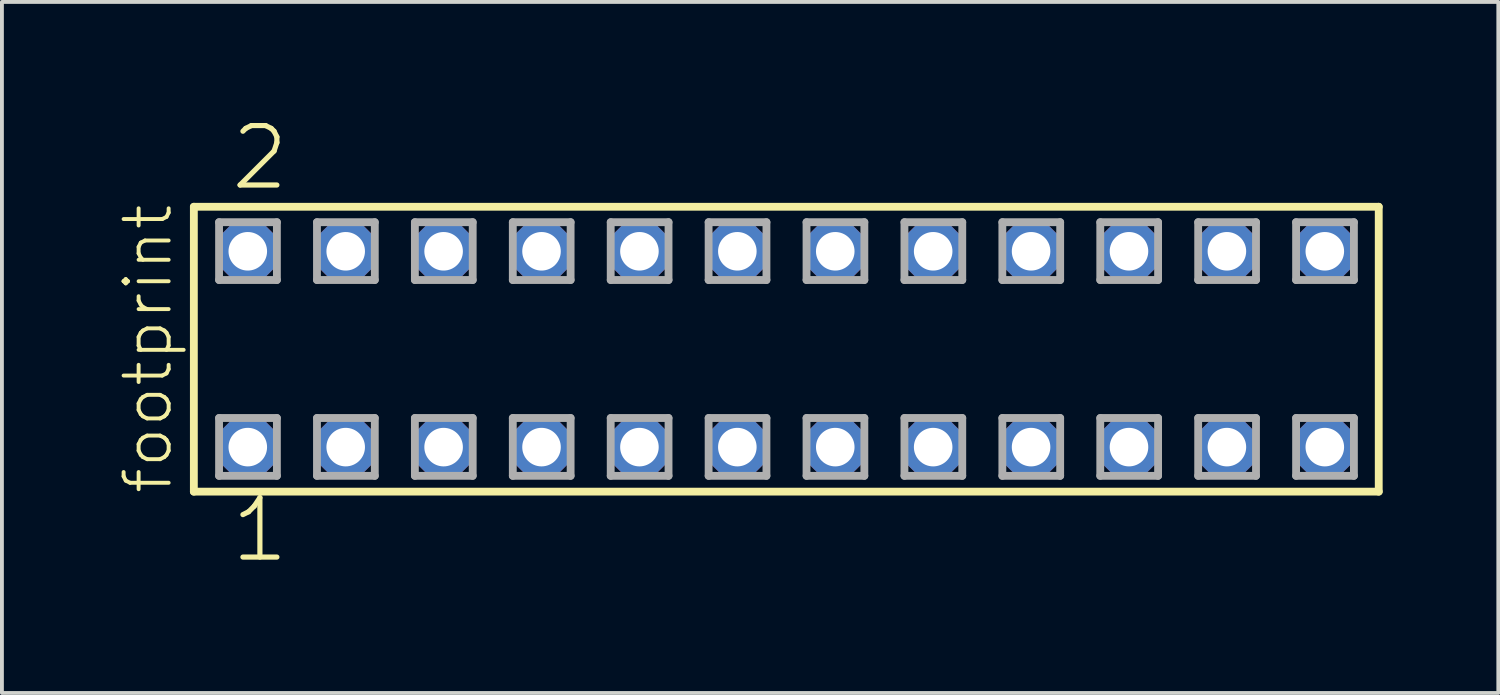
<source format=kicad_pcb>
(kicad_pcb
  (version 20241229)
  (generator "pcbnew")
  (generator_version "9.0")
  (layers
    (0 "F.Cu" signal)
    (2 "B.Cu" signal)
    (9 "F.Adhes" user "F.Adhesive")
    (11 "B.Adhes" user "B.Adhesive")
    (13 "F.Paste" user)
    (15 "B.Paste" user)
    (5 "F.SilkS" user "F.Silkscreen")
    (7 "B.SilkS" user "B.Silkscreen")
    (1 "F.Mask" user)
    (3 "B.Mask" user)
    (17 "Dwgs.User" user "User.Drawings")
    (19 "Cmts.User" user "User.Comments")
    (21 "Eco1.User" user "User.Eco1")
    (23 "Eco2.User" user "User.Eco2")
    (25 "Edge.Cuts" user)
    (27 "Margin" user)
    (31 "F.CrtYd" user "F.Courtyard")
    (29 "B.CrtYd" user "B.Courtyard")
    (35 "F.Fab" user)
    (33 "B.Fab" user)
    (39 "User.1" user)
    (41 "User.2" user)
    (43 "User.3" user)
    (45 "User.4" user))
  (footprint "footprint"
    (layer "F.Cu")
    (at 17.348 6.009)
    (property "Reference" "footprint" (at -15.875 3.81 90) (layer "F.SilkS") (effects (font (size 1.168 1.168) (thickness 0.102)) (justify left bottom)))
    (fp_line (start -15.369 -3.695) (end 15.369 -3.695) (stroke (width 0.203) (type solid)) (layer "F.SilkS"))
    (fp_line (start -15.369 3.695) (end -15.369 -3.695) (stroke (width 0.203) (type solid)) (layer "F.SilkS"))
    (fp_line (start 15.369 -3.695) (end 15.369 3.695) (stroke (width 0.203) (type solid)) (layer "F.SilkS"))
    (fp_line (start 15.369 3.695) (end -15.369 3.695) (stroke (width 0.203) (type solid)) (layer "F.SilkS"))
    (fp_line (start -14.715 -3.295) (end -13.215 -3.295) (stroke (width 0.203) (type solid)) (layer "F.Fab"))
    (fp_line (start -14.715 -1.795) (end -14.715 -3.295) (stroke (width 0.203) (type solid)) (layer "F.Fab"))
    (fp_line (start -14.715 1.785) (end -13.215 1.785) (stroke (width 0.203) (type solid)) (layer "F.Fab"))
    (fp_line (start -14.715 3.285) (end -14.715 1.785) (stroke (width 0.203) (type solid)) (layer "F.Fab"))
    (fp_line (start -13.215 -3.295) (end -13.215 -1.795) (stroke (width 0.203) (type solid)) (layer "F.Fab"))
    (fp_line (start -13.215 -1.795) (end -14.715 -1.795) (stroke (width 0.203) (type solid)) (layer "F.Fab"))
    (fp_line (start -13.215 1.785) (end -13.215 3.285) (stroke (width 0.203) (type solid)) (layer "F.Fab"))
    (fp_line (start -13.215 3.285) (end -14.715 3.285) (stroke (width 0.203) (type solid)) (layer "F.Fab"))
    (fp_line (start -12.175 -3.295) (end -10.675 -3.295) (stroke (width 0.203) (type solid)) (layer "F.Fab"))
    (fp_line (start -12.175 -1.795) (end -12.175 -3.295) (stroke (width 0.203) (type solid)) (layer "F.Fab"))
    (fp_line (start -12.175 1.785) (end -10.675 1.785) (stroke (width 0.203) (type solid)) (layer "F.Fab"))
    (fp_line (start -12.175 3.285) (end -12.175 1.785) (stroke (width 0.203) (type solid)) (layer "F.Fab"))
    (fp_line (start -10.675 -3.295) (end -10.675 -1.795) (stroke (width 0.203) (type solid)) (layer "F.Fab"))
    (fp_line (start -10.675 -1.795) (end -12.175 -1.795) (stroke (width 0.203) (type solid)) (layer "F.Fab"))
    (fp_line (start -10.675 1.785) (end -10.675 3.285) (stroke (width 0.203) (type solid)) (layer "F.Fab"))
    (fp_line (start -10.675 3.285) (end -12.175 3.285) (stroke (width 0.203) (type solid)) (layer "F.Fab"))
    (fp_line (start -9.635 -3.295) (end -8.135 -3.295) (stroke (width 0.203) (type solid)) (layer "F.Fab"))
    (fp_line (start -9.635 -1.795) (end -9.635 -3.295) (stroke (width 0.203) (type solid)) (layer "F.Fab"))
    (fp_line (start -9.635 1.785) (end -8.135 1.785) (stroke (width 0.203) (type solid)) (layer "F.Fab"))
    (fp_line (start -9.635 3.285) (end -9.635 1.785) (stroke (width 0.203) (type solid)) (layer "F.Fab"))
    (fp_line (start -8.135 -3.295) (end -8.135 -1.795) (stroke (width 0.203) (type solid)) (layer "F.Fab"))
    (fp_line (start -8.135 -1.795) (end -9.635 -1.795) (stroke (width 0.203) (type solid)) (layer "F.Fab"))
    (fp_line (start -8.135 1.785) (end -8.135 3.285) (stroke (width 0.203) (type solid)) (layer "F.Fab"))
    (fp_line (start -8.135 3.285) (end -9.635 3.285) (stroke (width 0.203) (type solid)) (layer "F.Fab"))
    (fp_line (start -7.095 -3.295) (end -5.595 -3.295) (stroke (width 0.203) (type solid)) (layer "F.Fab"))
    (fp_line (start -7.095 -1.795) (end -7.095 -3.295) (stroke (width 0.203) (type solid)) (layer "F.Fab"))
    (fp_line (start -7.095 1.785) (end -5.595 1.785) (stroke (width 0.203) (type solid)) (layer "F.Fab"))
    (fp_line (start -7.095 3.285) (end -7.095 1.785) (stroke (width 0.203) (type solid)) (layer "F.Fab"))
    (fp_line (start -5.595 -3.295) (end -5.595 -1.795) (stroke (width 0.203) (type solid)) (layer "F.Fab"))
    (fp_line (start -5.595 -1.795) (end -7.095 -1.795) (stroke (width 0.203) (type solid)) (layer "F.Fab"))
    (fp_line (start -5.595 1.785) (end -5.595 3.285) (stroke (width 0.203) (type solid)) (layer "F.Fab"))
    (fp_line (start -5.595 3.285) (end -7.095 3.285) (stroke (width 0.203) (type solid)) (layer "F.Fab"))
    (fp_line (start -4.555 -3.295) (end -3.055 -3.295) (stroke (width 0.203) (type solid)) (layer "F.Fab"))
    (fp_line (start -4.555 -1.795) (end -4.555 -3.295) (stroke (width 0.203) (type solid)) (layer "F.Fab"))
    (fp_line (start -4.555 1.785) (end -3.055 1.785) (stroke (width 0.203) (type solid)) (layer "F.Fab"))
    (fp_line (start -4.555 3.285) (end -4.555 1.785) (stroke (width 0.203) (type solid)) (layer "F.Fab"))
    (fp_line (start -3.055 -3.295) (end -3.055 -1.795) (stroke (width 0.203) (type solid)) (layer "F.Fab"))
    (fp_line (start -3.055 -1.795) (end -4.555 -1.795) (stroke (width 0.203) (type solid)) (layer "F.Fab"))
    (fp_line (start -3.055 1.785) (end -3.055 3.285) (stroke (width 0.203) (type solid)) (layer "F.Fab"))
    (fp_line (start -3.055 3.285) (end -4.555 3.285) (stroke (width 0.203) (type solid)) (layer "F.Fab"))
    (fp_line (start -2.015 -3.295) (end -0.515 -3.295) (stroke (width 0.203) (type solid)) (layer "F.Fab"))
    (fp_line (start -2.015 -1.795) (end -2.015 -3.295) (stroke (width 0.203) (type solid)) (layer "F.Fab"))
    (fp_line (start -2.015 1.785) (end -0.515 1.785) (stroke (width 0.203) (type solid)) (layer "F.Fab"))
    (fp_line (start -2.015 3.285) (end -2.015 1.785) (stroke (width 0.203) (type solid)) (layer "F.Fab"))
    (fp_line (start -0.515 -3.295) (end -0.515 -1.795) (stroke (width 0.203) (type solid)) (layer "F.Fab"))
    (fp_line (start -0.515 -1.795) (end -2.015 -1.795) (stroke (width 0.203) (type solid)) (layer "F.Fab"))
    (fp_line (start -0.515 1.785) (end -0.515 3.285) (stroke (width 0.203) (type solid)) (layer "F.Fab"))
    (fp_line (start -0.515 3.285) (end -2.015 3.285) (stroke (width 0.203) (type solid)) (layer "F.Fab"))
    (fp_line (start 0.525 -3.295) (end 2.025 -3.295) (stroke (width 0.203) (type solid)) (layer "F.Fab"))
    (fp_line (start 0.525 -1.795) (end 0.525 -3.295) (stroke (width 0.203) (type solid)) (layer "F.Fab"))
    (fp_line (start 0.525 1.785) (end 2.025 1.785) (stroke (width 0.203) (type solid)) (layer "F.Fab"))
    (fp_line (start 0.525 3.285) (end 0.525 1.785) (stroke (width 0.203) (type solid)) (layer "F.Fab"))
    (fp_line (start 2.025 -3.295) (end 2.025 -1.795) (stroke (width 0.203) (type solid)) (layer "F.Fab"))
    (fp_line (start 2.025 -1.795) (end 0.525 -1.795) (stroke (width 0.203) (type solid)) (layer "F.Fab"))
    (fp_line (start 2.025 1.785) (end 2.025 3.285) (stroke (width 0.203) (type solid)) (layer "F.Fab"))
    (fp_line (start 2.025 3.285) (end 0.525 3.285) (stroke (width 0.203) (type solid)) (layer "F.Fab"))
    (fp_line (start 3.065 -3.295) (end 4.565 -3.295) (stroke (width 0.203) (type solid)) (layer "F.Fab"))
    (fp_line (start 3.065 -1.795) (end 3.065 -3.295) (stroke (width 0.203) (type solid)) (layer "F.Fab"))
    (fp_line (start 3.065 1.785) (end 4.565 1.785) (stroke (width 0.203) (type solid)) (layer "F.Fab"))
    (fp_line (start 3.065 3.285) (end 3.065 1.785) (stroke (width 0.203) (type solid)) (layer "F.Fab"))
    (fp_line (start 4.565 -3.295) (end 4.565 -1.795) (stroke (width 0.203) (type solid)) (layer "F.Fab"))
    (fp_line (start 4.565 -1.795) (end 3.065 -1.795) (stroke (width 0.203) (type solid)) (layer "F.Fab"))
    (fp_line (start 4.565 1.785) (end 4.565 3.285) (stroke (width 0.203) (type solid)) (layer "F.Fab"))
    (fp_line (start 4.565 3.285) (end 3.065 3.285) (stroke (width 0.203) (type solid)) (layer "F.Fab"))
    (fp_line (start 5.605 -3.295) (end 7.105 -3.295) (stroke (width 0.203) (type solid)) (layer "F.Fab"))
    (fp_line (start 5.605 -1.795) (end 5.605 -3.295) (stroke (width 0.203) (type solid)) (layer "F.Fab"))
    (fp_line (start 5.605 1.785) (end 7.105 1.785) (stroke (width 0.203) (type solid)) (layer "F.Fab"))
    (fp_line (start 5.605 3.285) (end 5.605 1.785) (stroke (width 0.203) (type solid)) (layer "F.Fab"))
    (fp_line (start 7.105 -3.295) (end 7.105 -1.795) (stroke (width 0.203) (type solid)) (layer "F.Fab"))
    (fp_line (start 7.105 -1.795) (end 5.605 -1.795) (stroke (width 0.203) (type solid)) (layer "F.Fab"))
    (fp_line (start 7.105 1.785) (end 7.105 3.285) (stroke (width 0.203) (type solid)) (layer "F.Fab"))
    (fp_line (start 7.105 3.285) (end 5.605 3.285) (stroke (width 0.203) (type solid)) (layer "F.Fab"))
    (fp_line (start 8.145 -3.295) (end 9.645 -3.295) (stroke (width 0.203) (type solid)) (layer "F.Fab"))
    (fp_line (start 8.145 -1.795) (end 8.145 -3.295) (stroke (width 0.203) (type solid)) (layer "F.Fab"))
    (fp_line (start 8.145 1.785) (end 9.645 1.785) (stroke (width 0.203) (type solid)) (layer "F.Fab"))
    (fp_line (start 8.145 3.285) (end 8.145 1.785) (stroke (width 0.203) (type solid)) (layer "F.Fab"))
    (fp_line (start 9.645 -3.295) (end 9.645 -1.795) (stroke (width 0.203) (type solid)) (layer "F.Fab"))
    (fp_line (start 9.645 -1.795) (end 8.145 -1.795) (stroke (width 0.203) (type solid)) (layer "F.Fab"))
    (fp_line (start 9.645 1.785) (end 9.645 3.285) (stroke (width 0.203) (type solid)) (layer "F.Fab"))
    (fp_line (start 9.645 3.285) (end 8.145 3.285) (stroke (width 0.203) (type solid)) (layer "F.Fab"))
    (fp_line (start 10.685 -3.295) (end 12.185 -3.295) (stroke (width 0.203) (type solid)) (layer "F.Fab"))
    (fp_line (start 10.685 -1.795) (end 10.685 -3.295) (stroke (width 0.203) (type solid)) (layer "F.Fab"))
    (fp_line (start 10.685 1.785) (end 12.185 1.785) (stroke (width 0.203) (type solid)) (layer "F.Fab"))
    (fp_line (start 10.685 3.285) (end 10.685 1.785) (stroke (width 0.203) (type solid)) (layer "F.Fab"))
    (fp_line (start 12.185 -3.295) (end 12.185 -1.795) (stroke (width 0.203) (type solid)) (layer "F.Fab"))
    (fp_line (start 12.185 -1.795) (end 10.685 -1.795) (stroke (width 0.203) (type solid)) (layer "F.Fab"))
    (fp_line (start 12.185 1.785) (end 12.185 3.285) (stroke (width 0.203) (type solid)) (layer "F.Fab"))
    (fp_line (start 12.185 3.285) (end 10.685 3.285) (stroke (width 0.203) (type solid)) (layer "F.Fab"))
    (fp_line (start 13.225 -3.295) (end 14.725 -3.295) (stroke (width 0.203) (type solid)) (layer "F.Fab"))
    (fp_line (start 13.225 -1.795) (end 13.225 -3.295) (stroke (width 0.203) (type solid)) (layer "F.Fab"))
    (fp_line (start 13.225 1.785) (end 14.725 1.785) (stroke (width 0.203) (type solid)) (layer "F.Fab"))
    (fp_line (start 13.225 3.285) (end 13.225 1.785) (stroke (width 0.203) (type solid)) (layer "F.Fab"))
    (fp_line (start 14.725 -3.295) (end 14.725 -1.795) (stroke (width 0.203) (type solid)) (layer "F.Fab"))
    (fp_line (start 14.725 -1.795) (end 13.225 -1.795) (stroke (width 0.203) (type solid)) (layer "F.Fab"))
    (fp_line (start 14.725 1.785) (end 14.725 3.285) (stroke (width 0.203) (type solid)) (layer "F.Fab"))
    (fp_line (start 14.725 3.285) (end 13.225 3.285) (stroke (width 0.203) (type solid)) (layer "F.Fab"))
    (fp_text user "1" (at -14.478 5.588 0) (layer "F.SilkS") (effects (font (size 1.542 1.542) (thickness 0.134)) (justify left bottom)))
    (fp_text user "2" (at -14.478 -4.064 0) (layer "F.SilkS") (effects (font (size 1.542 1.542) (thickness 0.134)) (justify left bottom)))
    (pad "1" thru_hole roundrect (at -13.97 2.54) (size 1.5 1.5) (drill 1) (layers "*.Cu" "*.Mask") (roundrect_rratio 0.25) (chamfer_ratio 0.25) (chamfer top_left top_right bottom_left bottom_right))
    (pad "2" thru_hole roundrect (at -13.97 -2.54) (size 1.5 1.5) (drill 1) (layers "*.Cu" "*.Mask") (roundrect_rratio 0.25) (chamfer_ratio 0.25) (chamfer top_left top_right bottom_left bottom_right))
    (pad "3" thru_hole roundrect (at -11.43 2.54) (size 1.5 1.5) (drill 1) (layers "*.Cu" "*.Mask") (roundrect_rratio 0.25) (chamfer_ratio 0.25) (chamfer top_left top_right bottom_left bottom_right))
    (pad "4" thru_hole roundrect (at -11.43 -2.54) (size 1.5 1.5) (drill 1) (layers "*.Cu" "*.Mask") (roundrect_rratio 0.25) (chamfer_ratio 0.25) (chamfer top_left top_right bottom_left bottom_right))
    (pad "5" thru_hole roundrect (at -8.89 2.54) (size 1.5 1.5) (drill 1) (layers "*.Cu" "*.Mask") (roundrect_rratio 0.25) (chamfer_ratio 0.25) (chamfer top_left top_right bottom_left bottom_right))
    (pad "6" thru_hole roundrect (at -8.89 -2.54) (size 1.5 1.5) (drill 1) (layers "*.Cu" "*.Mask") (roundrect_rratio 0.25) (chamfer_ratio 0.25) (chamfer top_left top_right bottom_left bottom_right))
    (pad "7" thru_hole roundrect (at -6.35 2.54) (size 1.5 1.5) (drill 1) (layers "*.Cu" "*.Mask") (roundrect_rratio 0.25) (chamfer_ratio 0.25) (chamfer top_left top_right bottom_left bottom_right))
    (pad "8" thru_hole roundrect (at -6.35 -2.54) (size 1.5 1.5) (drill 1) (layers "*.Cu" "*.Mask") (roundrect_rratio 0.25) (chamfer_ratio 0.25) (chamfer top_left top_right bottom_left bottom_right))
    (pad "9" thru_hole roundrect (at -3.81 2.54) (size 1.5 1.5) (drill 1) (layers "*.Cu" "*.Mask") (roundrect_rratio 0.25) (chamfer_ratio 0.25) (chamfer top_left top_right bottom_left bottom_right))
    (pad "10" thru_hole roundrect (at -3.81 -2.54) (size 1.5 1.5) (drill 1) (layers "*.Cu" "*.Mask") (roundrect_rratio 0.25) (chamfer_ratio 0.25) (chamfer top_left top_right bottom_left bottom_right))
    (pad "11" thru_hole roundrect (at -1.27 2.54) (size 1.5 1.5) (drill 1) (layers "*.Cu" "*.Mask") (roundrect_rratio 0.25) (chamfer_ratio 0.25) (chamfer top_left top_right bottom_left bottom_right))
    (pad "12" thru_hole roundrect (at -1.27 -2.54) (size 1.5 1.5) (drill 1) (layers "*.Cu" "*.Mask") (roundrect_rratio 0.25) (chamfer_ratio 0.25) (chamfer top_left top_right bottom_left bottom_right))
    (pad "13" thru_hole roundrect (at 1.27 2.54) (size 1.5 1.5) (drill 1) (layers "*.Cu" "*.Mask") (roundrect_rratio 0.25) (chamfer_ratio 0.25) (chamfer top_left top_right bottom_left bottom_right))
    (pad "14" thru_hole roundrect (at 1.27 -2.54) (size 1.5 1.5) (drill 1) (layers "*.Cu" "*.Mask") (roundrect_rratio 0.25) (chamfer_ratio 0.25) (chamfer top_left top_right bottom_left bottom_right))
    (pad "15" thru_hole roundrect (at 3.81 2.54) (size 1.5 1.5) (drill 1) (layers "*.Cu" "*.Mask") (roundrect_rratio 0.25) (chamfer_ratio 0.25) (chamfer top_left top_right bottom_left bottom_right))
    (pad "16" thru_hole roundrect (at 3.81 -2.54) (size 1.5 1.5) (drill 1) (layers "*.Cu" "*.Mask") (roundrect_rratio 0.25) (chamfer_ratio 0.25) (chamfer top_left top_right bottom_left bottom_right))
    (pad "17" thru_hole roundrect (at 6.35 2.54) (size 1.5 1.5) (drill 1) (layers "*.Cu" "*.Mask") (roundrect_rratio 0.25) (chamfer_ratio 0.25) (chamfer top_left top_right bottom_left bottom_right))
    (pad "18" thru_hole roundrect (at 6.35 -2.54) (size 1.5 1.5) (drill 1) (layers "*.Cu" "*.Mask") (roundrect_rratio 0.25) (chamfer_ratio 0.25) (chamfer top_left top_right bottom_left bottom_right))
    (pad "19" thru_hole roundrect (at 8.89 2.54) (size 1.5 1.5) (drill 1) (layers "*.Cu" "*.Mask") (roundrect_rratio 0.25) (chamfer_ratio 0.25) (chamfer top_left top_right bottom_left bottom_right))
    (pad "20" thru_hole roundrect (at 8.89 -2.54) (size 1.5 1.5) (drill 1) (layers "*.Cu" "*.Mask") (roundrect_rratio 0.25) (chamfer_ratio 0.25) (chamfer top_left top_right bottom_left bottom_right))
    (pad "21" thru_hole roundrect (at 11.43 2.54) (size 1.5 1.5) (drill 1) (layers "*.Cu" "*.Mask") (roundrect_rratio 0.25) (chamfer_ratio 0.25) (chamfer top_left top_right bottom_left bottom_right))
    (pad "22" thru_hole roundrect (at 11.43 -2.54) (size 1.5 1.5) (drill 1) (layers "*.Cu" "*.Mask") (roundrect_rratio 0.25) (chamfer_ratio 0.25) (chamfer top_left top_right bottom_left bottom_right))
    (pad "23" thru_hole roundrect (at 13.97 2.54) (size 1.5 1.5) (drill 1) (layers "*.Cu" "*.Mask") (roundrect_rratio 0.25) (chamfer_ratio 0.25) (chamfer top_left top_right bottom_left bottom_right))
    (pad "24" thru_hole roundrect (at 13.97 -2.54) (size 1.5 1.5) (drill 1) (layers "*.Cu" "*.Mask") (roundrect_rratio 0.25) (chamfer_ratio 0.25) (chamfer top_left top_right bottom_left bottom_right)))
  (gr_rect
    (start -3 -3)
    (end 35.819 14.927)
    (stroke (width 0.1) (type default))
    (fill no)
    (layer "Edge.Cuts")))
</source>
